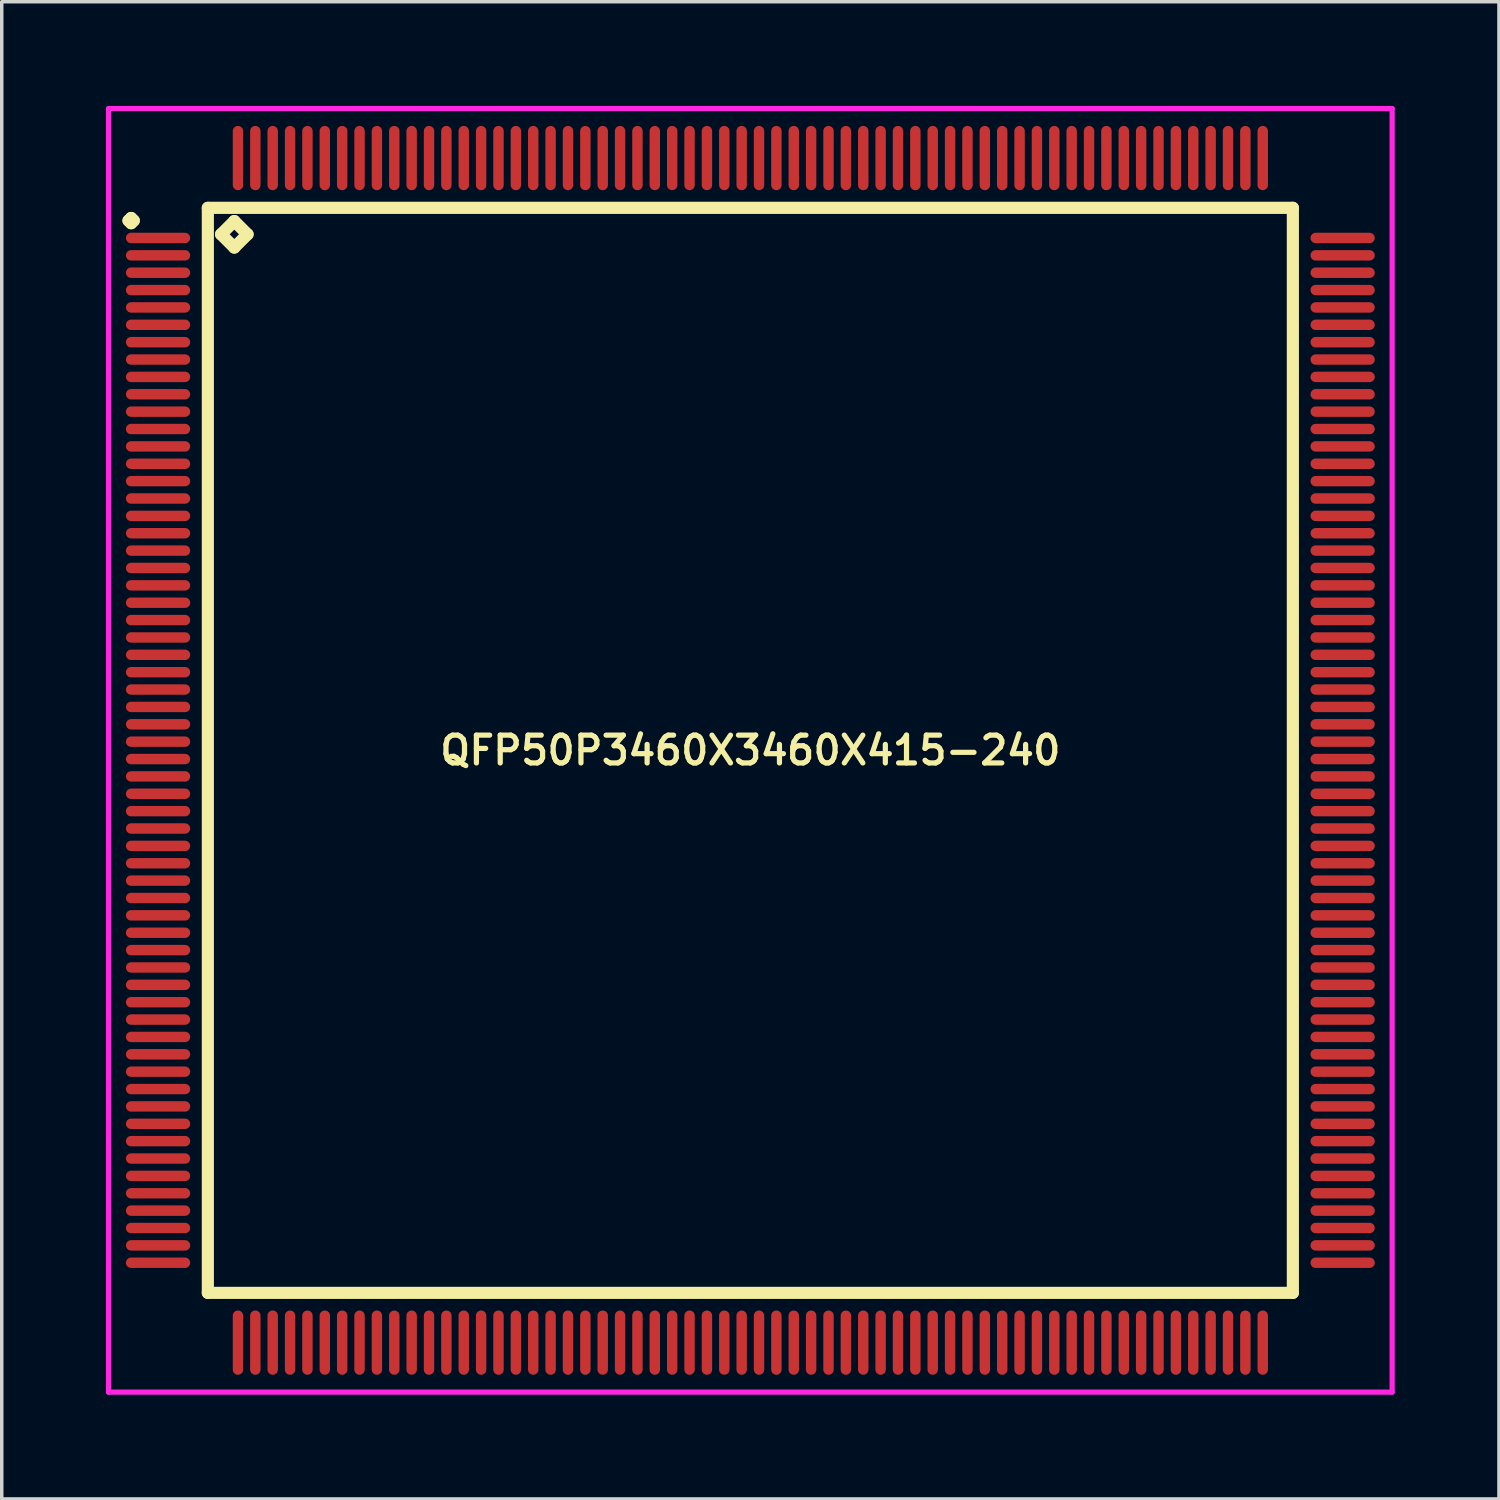
<source format=kicad_pcb>
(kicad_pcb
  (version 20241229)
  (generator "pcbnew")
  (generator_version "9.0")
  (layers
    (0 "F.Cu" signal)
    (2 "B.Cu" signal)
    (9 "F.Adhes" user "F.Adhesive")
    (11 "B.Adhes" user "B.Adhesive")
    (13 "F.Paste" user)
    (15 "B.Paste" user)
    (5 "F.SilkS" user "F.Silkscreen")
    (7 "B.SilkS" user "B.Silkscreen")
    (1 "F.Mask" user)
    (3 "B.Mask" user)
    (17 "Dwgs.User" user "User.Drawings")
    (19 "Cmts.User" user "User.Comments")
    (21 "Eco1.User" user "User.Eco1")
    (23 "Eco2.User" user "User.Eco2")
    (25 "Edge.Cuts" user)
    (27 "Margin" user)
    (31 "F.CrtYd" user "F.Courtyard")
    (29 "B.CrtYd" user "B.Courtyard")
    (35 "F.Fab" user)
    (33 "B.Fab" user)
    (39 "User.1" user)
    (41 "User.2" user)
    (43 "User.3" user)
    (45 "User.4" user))
  (footprint "QFP50P3460X3460X415-240"
    (layer "F.Cu")
    (at 18.55 18.55)
    (property "Reference" "QFP50P3460X3460X415-240" (at 0 0 0) (layer "F.SilkS") (effects (font (size 0.8 0.8) (thickness 0.15))))
    (attr smd)
    (fp_line (start -17.9 -15.25) (end -17.825 -15.325) (stroke (width 0.35) (type solid)) (layer "F.SilkS"))
    (fp_line (start -17.825 -15.325) (end -17.75 -15.25) (stroke (width 0.35) (type solid)) (layer "F.SilkS"))
    (fp_line (start -17.825 -15.175) (end -17.9 -15.25) (stroke (width 0.35) (type solid)) (layer "F.SilkS"))
    (fp_line (start -17.75 -15.25) (end -17.825 -15.175) (stroke (width 0.35) (type solid)) (layer "F.SilkS"))
    (fp_line (start -15.617 -15.617) (end -15.617 15.617) (stroke (width 0.35) (type solid)) (layer "F.SilkS"))
    (fp_line (start -15.617 15.617) (end 15.617 15.617) (stroke (width 0.35) (type solid)) (layer "F.SilkS"))
    (fp_line (start -15.236 -14.855) (end -14.855 -15.236) (stroke (width 0.35) (type solid)) (layer "F.SilkS"))
    (fp_line (start -14.855 -15.236) (end -14.474 -14.855) (stroke (width 0.35) (type solid)) (layer "F.SilkS"))
    (fp_line (start -14.855 -14.474) (end -15.236 -14.855) (stroke (width 0.35) (type solid)) (layer "F.SilkS"))
    (fp_line (start -14.474 -14.855) (end -14.855 -14.474) (stroke (width 0.35) (type solid)) (layer "F.SilkS"))
    (fp_line (start 15.617 -15.617) (end -15.617 -15.617) (stroke (width 0.35) (type solid)) (layer "F.SilkS"))
    (fp_line (start 15.617 15.617) (end 15.617 -15.617) (stroke (width 0.35) (type solid)) (layer "F.SilkS"))
    (fp_line (start -18.475 -18.475) (end 18.475 -18.475) (stroke (width 0.15) (type solid)) (layer "F.CrtYd"))
    (fp_line (start -18.475 18.475) (end -18.475 -18.475) (stroke (width 0.15) (type solid)) (layer "F.CrtYd"))
    (fp_line (start 18.475 -18.475) (end 18.475 18.475) (stroke (width 0.15) (type solid)) (layer "F.CrtYd"))
    (fp_line (start 18.475 18.475) (end -18.475 18.475) (stroke (width 0.15) (type solid)) (layer "F.CrtYd"))
    (pad "1" smd oval (at -17.05 -14.75) (size 1.85 0.3) (layers "F.Cu" "F.Mask" "F.Paste"))
    (pad "2" smd oval (at -17.05 -14.25) (size 1.85 0.3) (layers "F.Cu" "F.Mask" "F.Paste"))
    (pad "3" smd oval (at -17.05 -13.75) (size 1.85 0.3) (layers "F.Cu" "F.Mask" "F.Paste"))
    (pad "4" smd oval (at -17.05 -13.25) (size 1.85 0.3) (layers "F.Cu" "F.Mask" "F.Paste"))
    (pad "5" smd oval (at -17.05 -12.75) (size 1.85 0.3) (layers "F.Cu" "F.Mask" "F.Paste"))
    (pad "6" smd oval (at -17.05 -12.25) (size 1.85 0.3) (layers "F.Cu" "F.Mask" "F.Paste"))
    (pad "7" smd oval (at -17.05 -11.75) (size 1.85 0.3) (layers "F.Cu" "F.Mask" "F.Paste"))
    (pad "8" smd oval (at -17.05 -11.25) (size 1.85 0.3) (layers "F.Cu" "F.Mask" "F.Paste"))
    (pad "9" smd oval (at -17.05 -10.75) (size 1.85 0.3) (layers "F.Cu" "F.Mask" "F.Paste"))
    (pad "10" smd oval (at -17.05 -10.25) (size 1.85 0.3) (layers "F.Cu" "F.Mask" "F.Paste"))
    (pad "11" smd oval (at -17.05 -9.75) (size 1.85 0.3) (layers "F.Cu" "F.Mask" "F.Paste"))
    (pad "12" smd oval (at -17.05 -9.25) (size 1.85 0.3) (layers "F.Cu" "F.Mask" "F.Paste"))
    (pad "13" smd oval (at -17.05 -8.75) (size 1.85 0.3) (layers "F.Cu" "F.Mask" "F.Paste"))
    (pad "14" smd oval (at -17.05 -8.25) (size 1.85 0.3) (layers "F.Cu" "F.Mask" "F.Paste"))
    (pad "15" smd oval (at -17.05 -7.75) (size 1.85 0.3) (layers "F.Cu" "F.Mask" "F.Paste"))
    (pad "16" smd oval (at -17.05 -7.25) (size 1.85 0.3) (layers "F.Cu" "F.Mask" "F.Paste"))
    (pad "17" smd oval (at -17.05 -6.75) (size 1.85 0.3) (layers "F.Cu" "F.Mask" "F.Paste"))
    (pad "18" smd oval (at -17.05 -6.25) (size 1.85 0.3) (layers "F.Cu" "F.Mask" "F.Paste"))
    (pad "19" smd oval (at -17.05 -5.75) (size 1.85 0.3) (layers "F.Cu" "F.Mask" "F.Paste"))
    (pad "20" smd oval (at -17.05 -5.25) (size 1.85 0.3) (layers "F.Cu" "F.Mask" "F.Paste"))
    (pad "21" smd oval (at -17.05 -4.75) (size 1.85 0.3) (layers "F.Cu" "F.Mask" "F.Paste"))
    (pad "22" smd oval (at -17.05 -4.25) (size 1.85 0.3) (layers "F.Cu" "F.Mask" "F.Paste"))
    (pad "23" smd oval (at -17.05 -3.75) (size 1.85 0.3) (layers "F.Cu" "F.Mask" "F.Paste"))
    (pad "24" smd oval (at -17.05 -3.25) (size 1.85 0.3) (layers "F.Cu" "F.Mask" "F.Paste"))
    (pad "25" smd oval (at -17.05 -2.75) (size 1.85 0.3) (layers "F.Cu" "F.Mask" "F.Paste"))
    (pad "26" smd oval (at -17.05 -2.25) (size 1.85 0.3) (layers "F.Cu" "F.Mask" "F.Paste"))
    (pad "27" smd oval (at -17.05 -1.75) (size 1.85 0.3) (layers "F.Cu" "F.Mask" "F.Paste"))
    (pad "28" smd oval (at -17.05 -1.25) (size 1.85 0.3) (layers "F.Cu" "F.Mask" "F.Paste"))
    (pad "29" smd oval (at -17.05 -0.75) (size 1.85 0.3) (layers "F.Cu" "F.Mask" "F.Paste"))
    (pad "30" smd oval (at -17.05 -0.25) (size 1.85 0.3) (layers "F.Cu" "F.Mask" "F.Paste"))
    (pad "31" smd oval (at -17.05 0.25) (size 1.85 0.3) (layers "F.Cu" "F.Mask" "F.Paste"))
    (pad "32" smd oval (at -17.05 0.75) (size 1.85 0.3) (layers "F.Cu" "F.Mask" "F.Paste"))
    (pad "33" smd oval (at -17.05 1.25) (size 1.85 0.3) (layers "F.Cu" "F.Mask" "F.Paste"))
    (pad "34" smd oval (at -17.05 1.75) (size 1.85 0.3) (layers "F.Cu" "F.Mask" "F.Paste"))
    (pad "35" smd oval (at -17.05 2.25) (size 1.85 0.3) (layers "F.Cu" "F.Mask" "F.Paste"))
    (pad "36" smd oval (at -17.05 2.75) (size 1.85 0.3) (layers "F.Cu" "F.Mask" "F.Paste"))
    (pad "37" smd oval (at -17.05 3.25) (size 1.85 0.3) (layers "F.Cu" "F.Mask" "F.Paste"))
    (pad "38" smd oval (at -17.05 3.75) (size 1.85 0.3) (layers "F.Cu" "F.Mask" "F.Paste"))
    (pad "39" smd oval (at -17.05 4.25) (size 1.85 0.3) (layers "F.Cu" "F.Mask" "F.Paste"))
    (pad "40" smd oval (at -17.05 4.75) (size 1.85 0.3) (layers "F.Cu" "F.Mask" "F.Paste"))
    (pad "41" smd oval (at -17.05 5.25) (size 1.85 0.3) (layers "F.Cu" "F.Mask" "F.Paste"))
    (pad "42" smd oval (at -17.05 5.75) (size 1.85 0.3) (layers "F.Cu" "F.Mask" "F.Paste"))
    (pad "43" smd oval (at -17.05 6.25) (size 1.85 0.3) (layers "F.Cu" "F.Mask" "F.Paste"))
    (pad "44" smd oval (at -17.05 6.75) (size 1.85 0.3) (layers "F.Cu" "F.Mask" "F.Paste"))
    (pad "45" smd oval (at -17.05 7.25) (size 1.85 0.3) (layers "F.Cu" "F.Mask" "F.Paste"))
    (pad "46" smd oval (at -17.05 7.75) (size 1.85 0.3) (layers "F.Cu" "F.Mask" "F.Paste"))
    (pad "47" smd oval (at -17.05 8.25) (size 1.85 0.3) (layers "F.Cu" "F.Mask" "F.Paste"))
    (pad "48" smd oval (at -17.05 8.75) (size 1.85 0.3) (layers "F.Cu" "F.Mask" "F.Paste"))
    (pad "49" smd oval (at -17.05 9.25) (size 1.85 0.3) (layers "F.Cu" "F.Mask" "F.Paste"))
    (pad "50" smd oval (at -17.05 9.75) (size 1.85 0.3) (layers "F.Cu" "F.Mask" "F.Paste"))
    (pad "51" smd oval (at -17.05 10.25) (size 1.85 0.3) (layers "F.Cu" "F.Mask" "F.Paste"))
    (pad "52" smd oval (at -17.05 10.75) (size 1.85 0.3) (layers "F.Cu" "F.Mask" "F.Paste"))
    (pad "53" smd oval (at -17.05 11.25) (size 1.85 0.3) (layers "F.Cu" "F.Mask" "F.Paste"))
    (pad "54" smd oval (at -17.05 11.75) (size 1.85 0.3) (layers "F.Cu" "F.Mask" "F.Paste"))
    (pad "55" smd oval (at -17.05 12.25) (size 1.85 0.3) (layers "F.Cu" "F.Mask" "F.Paste"))
    (pad "56" smd oval (at -17.05 12.75) (size 1.85 0.3) (layers "F.Cu" "F.Mask" "F.Paste"))
    (pad "57" smd oval (at -17.05 13.25) (size 1.85 0.3) (layers "F.Cu" "F.Mask" "F.Paste"))
    (pad "58" smd oval (at -17.05 13.75) (size 1.85 0.3) (layers "F.Cu" "F.Mask" "F.Paste"))
    (pad "59" smd oval (at -17.05 14.25) (size 1.85 0.3) (layers "F.Cu" "F.Mask" "F.Paste"))
    (pad "60" smd oval (at -17.05 14.75) (size 1.85 0.3) (layers "F.Cu" "F.Mask" "F.Paste"))
    (pad "61" smd oval (at -14.75 17.05) (size 0.3 1.85) (layers "F.Cu" "F.Mask" "F.Paste"))
    (pad "62" smd oval (at -14.25 17.05) (size 0.3 1.85) (layers "F.Cu" "F.Mask" "F.Paste"))
    (pad "63" smd oval (at -13.75 17.05) (size 0.3 1.85) (layers "F.Cu" "F.Mask" "F.Paste"))
    (pad "64" smd oval (at -13.25 17.05) (size 0.3 1.85) (layers "F.Cu" "F.Mask" "F.Paste"))
    (pad "65" smd oval (at -12.75 17.05) (size 0.3 1.85) (layers "F.Cu" "F.Mask" "F.Paste"))
    (pad "66" smd oval (at -12.25 17.05) (size 0.3 1.85) (layers "F.Cu" "F.Mask" "F.Paste"))
    (pad "67" smd oval (at -11.75 17.05) (size 0.3 1.85) (layers "F.Cu" "F.Mask" "F.Paste"))
    (pad "68" smd oval (at -11.25 17.05) (size 0.3 1.85) (layers "F.Cu" "F.Mask" "F.Paste"))
    (pad "69" smd oval (at -10.75 17.05) (size 0.3 1.85) (layers "F.Cu" "F.Mask" "F.Paste"))
    (pad "70" smd oval (at -10.25 17.05) (size 0.3 1.85) (layers "F.Cu" "F.Mask" "F.Paste"))
    (pad "71" smd oval (at -9.75 17.05) (size 0.3 1.85) (layers "F.Cu" "F.Mask" "F.Paste"))
    (pad "72" smd oval (at -9.25 17.05) (size 0.3 1.85) (layers "F.Cu" "F.Mask" "F.Paste"))
    (pad "73" smd oval (at -8.75 17.05) (size 0.3 1.85) (layers "F.Cu" "F.Mask" "F.Paste"))
    (pad "74" smd oval (at -8.25 17.05) (size 0.3 1.85) (layers "F.Cu" "F.Mask" "F.Paste"))
    (pad "75" smd oval (at -7.75 17.05) (size 0.3 1.85) (layers "F.Cu" "F.Mask" "F.Paste"))
    (pad "76" smd oval (at -7.25 17.05) (size 0.3 1.85) (layers "F.Cu" "F.Mask" "F.Paste"))
    (pad "77" smd oval (at -6.75 17.05) (size 0.3 1.85) (layers "F.Cu" "F.Mask" "F.Paste"))
    (pad "78" smd oval (at -6.25 17.05) (size 0.3 1.85) (layers "F.Cu" "F.Mask" "F.Paste"))
    (pad "79" smd oval (at -5.75 17.05) (size 0.3 1.85) (layers "F.Cu" "F.Mask" "F.Paste"))
    (pad "80" smd oval (at -5.25 17.05) (size 0.3 1.85) (layers "F.Cu" "F.Mask" "F.Paste"))
    (pad "81" smd oval (at -4.75 17.05) (size 0.3 1.85) (layers "F.Cu" "F.Mask" "F.Paste"))
    (pad "82" smd oval (at -4.25 17.05) (size 0.3 1.85) (layers "F.Cu" "F.Mask" "F.Paste"))
    (pad "83" smd oval (at -3.75 17.05) (size 0.3 1.85) (layers "F.Cu" "F.Mask" "F.Paste"))
    (pad "84" smd oval (at -3.25 17.05) (size 0.3 1.85) (layers "F.Cu" "F.Mask" "F.Paste"))
    (pad "85" smd oval (at -2.75 17.05) (size 0.3 1.85) (layers "F.Cu" "F.Mask" "F.Paste"))
    (pad "86" smd oval (at -2.25 17.05) (size 0.3 1.85) (layers "F.Cu" "F.Mask" "F.Paste"))
    (pad "87" smd oval (at -1.75 17.05) (size 0.3 1.85) (layers "F.Cu" "F.Mask" "F.Paste"))
    (pad "88" smd oval (at -1.25 17.05) (size 0.3 1.85) (layers "F.Cu" "F.Mask" "F.Paste"))
    (pad "89" smd oval (at -0.75 17.05) (size 0.3 1.85) (layers "F.Cu" "F.Mask" "F.Paste"))
    (pad "90" smd oval (at -0.25 17.05) (size 0.3 1.85) (layers "F.Cu" "F.Mask" "F.Paste"))
    (pad "91" smd oval (at 0.25 17.05) (size 0.3 1.85) (layers "F.Cu" "F.Mask" "F.Paste"))
    (pad "92" smd oval (at 0.75 17.05) (size 0.3 1.85) (layers "F.Cu" "F.Mask" "F.Paste"))
    (pad "93" smd oval (at 1.25 17.05) (size 0.3 1.85) (layers "F.Cu" "F.Mask" "F.Paste"))
    (pad "94" smd oval (at 1.75 17.05) (size 0.3 1.85) (layers "F.Cu" "F.Mask" "F.Paste"))
    (pad "95" smd oval (at 2.25 17.05) (size 0.3 1.85) (layers "F.Cu" "F.Mask" "F.Paste"))
    (pad "96" smd oval (at 2.75 17.05) (size 0.3 1.85) (layers "F.Cu" "F.Mask" "F.Paste"))
    (pad "97" smd oval (at 3.25 17.05) (size 0.3 1.85) (layers "F.Cu" "F.Mask" "F.Paste"))
    (pad "98" smd oval (at 3.75 17.05) (size 0.3 1.85) (layers "F.Cu" "F.Mask" "F.Paste"))
    (pad "99" smd oval (at 4.25 17.05) (size 0.3 1.85) (layers "F.Cu" "F.Mask" "F.Paste"))
    (pad "100" smd oval (at 4.75 17.05) (size 0.3 1.85) (layers "F.Cu" "F.Mask" "F.Paste"))
    (pad "101" smd oval (at 5.25 17.05) (size 0.3 1.85) (layers "F.Cu" "F.Mask" "F.Paste"))
    (pad "102" smd oval (at 5.75 17.05) (size 0.3 1.85) (layers "F.Cu" "F.Mask" "F.Paste"))
    (pad "103" smd oval (at 6.25 17.05) (size 0.3 1.85) (layers "F.Cu" "F.Mask" "F.Paste"))
    (pad "104" smd oval (at 6.75 17.05) (size 0.3 1.85) (layers "F.Cu" "F.Mask" "F.Paste"))
    (pad "105" smd oval (at 7.25 17.05) (size 0.3 1.85) (layers "F.Cu" "F.Mask" "F.Paste"))
    (pad "106" smd oval (at 7.75 17.05) (size 0.3 1.85) (layers "F.Cu" "F.Mask" "F.Paste"))
    (pad "107" smd oval (at 8.25 17.05) (size 0.3 1.85) (layers "F.Cu" "F.Mask" "F.Paste"))
    (pad "108" smd oval (at 8.75 17.05) (size 0.3 1.85) (layers "F.Cu" "F.Mask" "F.Paste"))
    (pad "109" smd oval (at 9.25 17.05) (size 0.3 1.85) (layers "F.Cu" "F.Mask" "F.Paste"))
    (pad "110" smd oval (at 9.75 17.05) (size 0.3 1.85) (layers "F.Cu" "F.Mask" "F.Paste"))
    (pad "111" smd oval (at 10.25 17.05) (size 0.3 1.85) (layers "F.Cu" "F.Mask" "F.Paste"))
    (pad "112" smd oval (at 10.75 17.05) (size 0.3 1.85) (layers "F.Cu" "F.Mask" "F.Paste"))
    (pad "113" smd oval (at 11.25 17.05) (size 0.3 1.85) (layers "F.Cu" "F.Mask" "F.Paste"))
    (pad "114" smd oval (at 11.75 17.05) (size 0.3 1.85) (layers "F.Cu" "F.Mask" "F.Paste"))
    (pad "115" smd oval (at 12.25 17.05) (size 0.3 1.85) (layers "F.Cu" "F.Mask" "F.Paste"))
    (pad "116" smd oval (at 12.75 17.05) (size 0.3 1.85) (layers "F.Cu" "F.Mask" "F.Paste"))
    (pad "117" smd oval (at 13.25 17.05) (size 0.3 1.85) (layers "F.Cu" "F.Mask" "F.Paste"))
    (pad "118" smd oval (at 13.75 17.05) (size 0.3 1.85) (layers "F.Cu" "F.Mask" "F.Paste"))
    (pad "119" smd oval (at 14.25 17.05) (size 0.3 1.85) (layers "F.Cu" "F.Mask" "F.Paste"))
    (pad "120" smd oval (at 14.75 17.05) (size 0.3 1.85) (layers "F.Cu" "F.Mask" "F.Paste"))
    (pad "121" smd oval (at 17.05 14.75) (size 1.85 0.3) (layers "F.Cu" "F.Mask" "F.Paste"))
    (pad "122" smd oval (at 17.05 14.25) (size 1.85 0.3) (layers "F.Cu" "F.Mask" "F.Paste"))
    (pad "123" smd oval (at 17.05 13.75) (size 1.85 0.3) (layers "F.Cu" "F.Mask" "F.Paste"))
    (pad "124" smd oval (at 17.05 13.25) (size 1.85 0.3) (layers "F.Cu" "F.Mask" "F.Paste"))
    (pad "125" smd oval (at 17.05 12.75) (size 1.85 0.3) (layers "F.Cu" "F.Mask" "F.Paste"))
    (pad "126" smd oval (at 17.05 12.25) (size 1.85 0.3) (layers "F.Cu" "F.Mask" "F.Paste"))
    (pad "127" smd oval (at 17.05 11.75) (size 1.85 0.3) (layers "F.Cu" "F.Mask" "F.Paste"))
    (pad "128" smd oval (at 17.05 11.25) (size 1.85 0.3) (layers "F.Cu" "F.Mask" "F.Paste"))
    (pad "129" smd oval (at 17.05 10.75) (size 1.85 0.3) (layers "F.Cu" "F.Mask" "F.Paste"))
    (pad "130" smd oval (at 17.05 10.25) (size 1.85 0.3) (layers "F.Cu" "F.Mask" "F.Paste"))
    (pad "131" smd oval (at 17.05 9.75) (size 1.85 0.3) (layers "F.Cu" "F.Mask" "F.Paste"))
    (pad "132" smd oval (at 17.05 9.25) (size 1.85 0.3) (layers "F.Cu" "F.Mask" "F.Paste"))
    (pad "133" smd oval (at 17.05 8.75) (size 1.85 0.3) (layers "F.Cu" "F.Mask" "F.Paste"))
    (pad "134" smd oval (at 17.05 8.25) (size 1.85 0.3) (layers "F.Cu" "F.Mask" "F.Paste"))
    (pad "135" smd oval (at 17.05 7.75) (size 1.85 0.3) (layers "F.Cu" "F.Mask" "F.Paste"))
    (pad "136" smd oval (at 17.05 7.25) (size 1.85 0.3) (layers "F.Cu" "F.Mask" "F.Paste"))
    (pad "137" smd oval (at 17.05 6.75) (size 1.85 0.3) (layers "F.Cu" "F.Mask" "F.Paste"))
    (pad "138" smd oval (at 17.05 6.25) (size 1.85 0.3) (layers "F.Cu" "F.Mask" "F.Paste"))
    (pad "139" smd oval (at 17.05 5.75) (size 1.85 0.3) (layers "F.Cu" "F.Mask" "F.Paste"))
    (pad "140" smd oval (at 17.05 5.25) (size 1.85 0.3) (layers "F.Cu" "F.Mask" "F.Paste"))
    (pad "141" smd oval (at 17.05 4.75) (size 1.85 0.3) (layers "F.Cu" "F.Mask" "F.Paste"))
    (pad "142" smd oval (at 17.05 4.25) (size 1.85 0.3) (layers "F.Cu" "F.Mask" "F.Paste"))
    (pad "143" smd oval (at 17.05 3.75) (size 1.85 0.3) (layers "F.Cu" "F.Mask" "F.Paste"))
    (pad "144" smd oval (at 17.05 3.25) (size 1.85 0.3) (layers "F.Cu" "F.Mask" "F.Paste"))
    (pad "145" smd oval (at 17.05 2.75) (size 1.85 0.3) (layers "F.Cu" "F.Mask" "F.Paste"))
    (pad "146" smd oval (at 17.05 2.25) (size 1.85 0.3) (layers "F.Cu" "F.Mask" "F.Paste"))
    (pad "147" smd oval (at 17.05 1.75) (size 1.85 0.3) (layers "F.Cu" "F.Mask" "F.Paste"))
    (pad "148" smd oval (at 17.05 1.25) (size 1.85 0.3) (layers "F.Cu" "F.Mask" "F.Paste"))
    (pad "149" smd oval (at 17.05 0.75) (size 1.85 0.3) (layers "F.Cu" "F.Mask" "F.Paste"))
    (pad "150" smd oval (at 17.05 0.25) (size 1.85 0.3) (layers "F.Cu" "F.Mask" "F.Paste"))
    (pad "151" smd oval (at 17.05 -0.25) (size 1.85 0.3) (layers "F.Cu" "F.Mask" "F.Paste"))
    (pad "152" smd oval (at 17.05 -0.75) (size 1.85 0.3) (layers "F.Cu" "F.Mask" "F.Paste"))
    (pad "153" smd oval (at 17.05 -1.25) (size 1.85 0.3) (layers "F.Cu" "F.Mask" "F.Paste"))
    (pad "154" smd oval (at 17.05 -1.75) (size 1.85 0.3) (layers "F.Cu" "F.Mask" "F.Paste"))
    (pad "155" smd oval (at 17.05 -2.25) (size 1.85 0.3) (layers "F.Cu" "F.Mask" "F.Paste"))
    (pad "156" smd oval (at 17.05 -2.75) (size 1.85 0.3) (layers "F.Cu" "F.Mask" "F.Paste"))
    (pad "157" smd oval (at 17.05 -3.25) (size 1.85 0.3) (layers "F.Cu" "F.Mask" "F.Paste"))
    (pad "158" smd oval (at 17.05 -3.75) (size 1.85 0.3) (layers "F.Cu" "F.Mask" "F.Paste"))
    (pad "159" smd oval (at 17.05 -4.25) (size 1.85 0.3) (layers "F.Cu" "F.Mask" "F.Paste"))
    (pad "160" smd oval (at 17.05 -4.75) (size 1.85 0.3) (layers "F.Cu" "F.Mask" "F.Paste"))
    (pad "161" smd oval (at 17.05 -5.25) (size 1.85 0.3) (layers "F.Cu" "F.Mask" "F.Paste"))
    (pad "162" smd oval (at 17.05 -5.75) (size 1.85 0.3) (layers "F.Cu" "F.Mask" "F.Paste"))
    (pad "163" smd oval (at 17.05 -6.25) (size 1.85 0.3) (layers "F.Cu" "F.Mask" "F.Paste"))
    (pad "164" smd oval (at 17.05 -6.75) (size 1.85 0.3) (layers "F.Cu" "F.Mask" "F.Paste"))
    (pad "165" smd oval (at 17.05 -7.25) (size 1.85 0.3) (layers "F.Cu" "F.Mask" "F.Paste"))
    (pad "166" smd oval (at 17.05 -7.75) (size 1.85 0.3) (layers "F.Cu" "F.Mask" "F.Paste"))
    (pad "167" smd oval (at 17.05 -8.25) (size 1.85 0.3) (layers "F.Cu" "F.Mask" "F.Paste"))
    (pad "168" smd oval (at 17.05 -8.75) (size 1.85 0.3) (layers "F.Cu" "F.Mask" "F.Paste"))
    (pad "169" smd oval (at 17.05 -9.25) (size 1.85 0.3) (layers "F.Cu" "F.Mask" "F.Paste"))
    (pad "170" smd oval (at 17.05 -9.75) (size 1.85 0.3) (layers "F.Cu" "F.Mask" "F.Paste"))
    (pad "171" smd oval (at 17.05 -10.25) (size 1.85 0.3) (layers "F.Cu" "F.Mask" "F.Paste"))
    (pad "172" smd oval (at 17.05 -10.75) (size 1.85 0.3) (layers "F.Cu" "F.Mask" "F.Paste"))
    (pad "173" smd oval (at 17.05 -11.25) (size 1.85 0.3) (layers "F.Cu" "F.Mask" "F.Paste"))
    (pad "174" smd oval (at 17.05 -11.75) (size 1.85 0.3) (layers "F.Cu" "F.Mask" "F.Paste"))
    (pad "175" smd oval (at 17.05 -12.25) (size 1.85 0.3) (layers "F.Cu" "F.Mask" "F.Paste"))
    (pad "176" smd oval (at 17.05 -12.75) (size 1.85 0.3) (layers "F.Cu" "F.Mask" "F.Paste"))
    (pad "177" smd oval (at 17.05 -13.25) (size 1.85 0.3) (layers "F.Cu" "F.Mask" "F.Paste"))
    (pad "178" smd oval (at 17.05 -13.75) (size 1.85 0.3) (layers "F.Cu" "F.Mask" "F.Paste"))
    (pad "179" smd oval (at 17.05 -14.25) (size 1.85 0.3) (layers "F.Cu" "F.Mask" "F.Paste"))
    (pad "180" smd oval (at 17.05 -14.75) (size 1.85 0.3) (layers "F.Cu" "F.Mask" "F.Paste"))
    (pad "181" smd oval (at 14.75 -17.05) (size 0.3 1.85) (layers "F.Cu" "F.Mask" "F.Paste"))
    (pad "182" smd oval (at 14.25 -17.05) (size 0.3 1.85) (layers "F.Cu" "F.Mask" "F.Paste"))
    (pad "183" smd oval (at 13.75 -17.05) (size 0.3 1.85) (layers "F.Cu" "F.Mask" "F.Paste"))
    (pad "184" smd oval (at 13.25 -17.05) (size 0.3 1.85) (layers "F.Cu" "F.Mask" "F.Paste"))
    (pad "185" smd oval (at 12.75 -17.05) (size 0.3 1.85) (layers "F.Cu" "F.Mask" "F.Paste"))
    (pad "186" smd oval (at 12.25 -17.05) (size 0.3 1.85) (layers "F.Cu" "F.Mask" "F.Paste"))
    (pad "187" smd oval (at 11.75 -17.05) (size 0.3 1.85) (layers "F.Cu" "F.Mask" "F.Paste"))
    (pad "188" smd oval (at 11.25 -17.05) (size 0.3 1.85) (layers "F.Cu" "F.Mask" "F.Paste"))
    (pad "189" smd oval (at 10.75 -17.05) (size 0.3 1.85) (layers "F.Cu" "F.Mask" "F.Paste"))
    (pad "190" smd oval (at 10.25 -17.05) (size 0.3 1.85) (layers "F.Cu" "F.Mask" "F.Paste"))
    (pad "191" smd oval (at 9.75 -17.05) (size 0.3 1.85) (layers "F.Cu" "F.Mask" "F.Paste"))
    (pad "192" smd oval (at 9.25 -17.05) (size 0.3 1.85) (layers "F.Cu" "F.Mask" "F.Paste"))
    (pad "193" smd oval (at 8.75 -17.05) (size 0.3 1.85) (layers "F.Cu" "F.Mask" "F.Paste"))
    (pad "194" smd oval (at 8.25 -17.05) (size 0.3 1.85) (layers "F.Cu" "F.Mask" "F.Paste"))
    (pad "195" smd oval (at 7.75 -17.05) (size 0.3 1.85) (layers "F.Cu" "F.Mask" "F.Paste"))
    (pad "196" smd oval (at 7.25 -17.05) (size 0.3 1.85) (layers "F.Cu" "F.Mask" "F.Paste"))
    (pad "197" smd oval (at 6.75 -17.05) (size 0.3 1.85) (layers "F.Cu" "F.Mask" "F.Paste"))
    (pad "198" smd oval (at 6.25 -17.05) (size 0.3 1.85) (layers "F.Cu" "F.Mask" "F.Paste"))
    (pad "199" smd oval (at 5.75 -17.05) (size 0.3 1.85) (layers "F.Cu" "F.Mask" "F.Paste"))
    (pad "200" smd oval (at 5.25 -17.05) (size 0.3 1.85) (layers "F.Cu" "F.Mask" "F.Paste"))
    (pad "201" smd oval (at 4.75 -17.05) (size 0.3 1.85) (layers "F.Cu" "F.Mask" "F.Paste"))
    (pad "202" smd oval (at 4.25 -17.05) (size 0.3 1.85) (layers "F.Cu" "F.Mask" "F.Paste"))
    (pad "203" smd oval (at 3.75 -17.05) (size 0.3 1.85) (layers "F.Cu" "F.Mask" "F.Paste"))
    (pad "204" smd oval (at 3.25 -17.05) (size 0.3 1.85) (layers "F.Cu" "F.Mask" "F.Paste"))
    (pad "205" smd oval (at 2.75 -17.05) (size 0.3 1.85) (layers "F.Cu" "F.Mask" "F.Paste"))
    (pad "206" smd oval (at 2.25 -17.05) (size 0.3 1.85) (layers "F.Cu" "F.Mask" "F.Paste"))
    (pad "207" smd oval (at 1.75 -17.05) (size 0.3 1.85) (layers "F.Cu" "F.Mask" "F.Paste"))
    (pad "208" smd oval (at 1.25 -17.05) (size 0.3 1.85) (layers "F.Cu" "F.Mask" "F.Paste"))
    (pad "209" smd oval (at 0.75 -17.05) (size 0.3 1.85) (layers "F.Cu" "F.Mask" "F.Paste"))
    (pad "210" smd oval (at 0.25 -17.05) (size 0.3 1.85) (layers "F.Cu" "F.Mask" "F.Paste"))
    (pad "211" smd oval (at -0.25 -17.05) (size 0.3 1.85) (layers "F.Cu" "F.Mask" "F.Paste"))
    (pad "212" smd oval (at -0.75 -17.05) (size 0.3 1.85) (layers "F.Cu" "F.Mask" "F.Paste"))
    (pad "213" smd oval (at -1.25 -17.05) (size 0.3 1.85) (layers "F.Cu" "F.Mask" "F.Paste"))
    (pad "214" smd oval (at -1.75 -17.05) (size 0.3 1.85) (layers "F.Cu" "F.Mask" "F.Paste"))
    (pad "215" smd oval (at -2.25 -17.05) (size 0.3 1.85) (layers "F.Cu" "F.Mask" "F.Paste"))
    (pad "216" smd oval (at -2.75 -17.05) (size 0.3 1.85) (layers "F.Cu" "F.Mask" "F.Paste"))
    (pad "217" smd oval (at -3.25 -17.05) (size 0.3 1.85) (layers "F.Cu" "F.Mask" "F.Paste"))
    (pad "218" smd oval (at -3.75 -17.05) (size 0.3 1.85) (layers "F.Cu" "F.Mask" "F.Paste"))
    (pad "219" smd oval (at -4.25 -17.05) (size 0.3 1.85) (layers "F.Cu" "F.Mask" "F.Paste"))
    (pad "220" smd oval (at -4.75 -17.05) (size 0.3 1.85) (layers "F.Cu" "F.Mask" "F.Paste"))
    (pad "221" smd oval (at -5.25 -17.05) (size 0.3 1.85) (layers "F.Cu" "F.Mask" "F.Paste"))
    (pad "222" smd oval (at -5.75 -17.05) (size 0.3 1.85) (layers "F.Cu" "F.Mask" "F.Paste"))
    (pad "223" smd oval (at -6.25 -17.05) (size 0.3 1.85) (layers "F.Cu" "F.Mask" "F.Paste"))
    (pad "224" smd oval (at -6.75 -17.05) (size 0.3 1.85) (layers "F.Cu" "F.Mask" "F.Paste"))
    (pad "225" smd oval (at -7.25 -17.05) (size 0.3 1.85) (layers "F.Cu" "F.Mask" "F.Paste"))
    (pad "226" smd oval (at -7.75 -17.05) (size 0.3 1.85) (layers "F.Cu" "F.Mask" "F.Paste"))
    (pad "227" smd oval (at -8.25 -17.05) (size 0.3 1.85) (layers "F.Cu" "F.Mask" "F.Paste"))
    (pad "228" smd oval (at -8.75 -17.05) (size 0.3 1.85) (layers "F.Cu" "F.Mask" "F.Paste"))
    (pad "229" smd oval (at -9.25 -17.05) (size 0.3 1.85) (layers "F.Cu" "F.Mask" "F.Paste"))
    (pad "230" smd oval (at -9.75 -17.05) (size 0.3 1.85) (layers "F.Cu" "F.Mask" "F.Paste"))
    (pad "231" smd oval (at -10.25 -17.05) (size 0.3 1.85) (layers "F.Cu" "F.Mask" "F.Paste"))
    (pad "232" smd oval (at -10.75 -17.05) (size 0.3 1.85) (layers "F.Cu" "F.Mask" "F.Paste"))
    (pad "233" smd oval (at -11.25 -17.05) (size 0.3 1.85) (layers "F.Cu" "F.Mask" "F.Paste"))
    (pad "234" smd oval (at -11.75 -17.05) (size 0.3 1.85) (layers "F.Cu" "F.Mask" "F.Paste"))
    (pad "235" smd oval (at -12.25 -17.05) (size 0.3 1.85) (layers "F.Cu" "F.Mask" "F.Paste"))
    (pad "236" smd oval (at -12.75 -17.05) (size 0.3 1.85) (layers "F.Cu" "F.Mask" "F.Paste"))
    (pad "237" smd oval (at -13.25 -17.05) (size 0.3 1.85) (layers "F.Cu" "F.Mask" "F.Paste"))
    (pad "238" smd oval (at -13.75 -17.05) (size 0.3 1.85) (layers "F.Cu" "F.Mask" "F.Paste"))
    (pad "239" smd oval (at -14.25 -17.05) (size 0.3 1.85) (layers "F.Cu" "F.Mask" "F.Paste"))
    (pad "240" smd oval (at -14.75 -17.05) (size 0.3 1.85) (layers "F.Cu" "F.Mask" "F.Paste")))
  (gr_rect
    (start -3 -3)
    (end 40.1 40.1)
    (stroke (width 0.1) (type default))
    (fill no)
    (layer "Edge.Cuts")))
</source>
